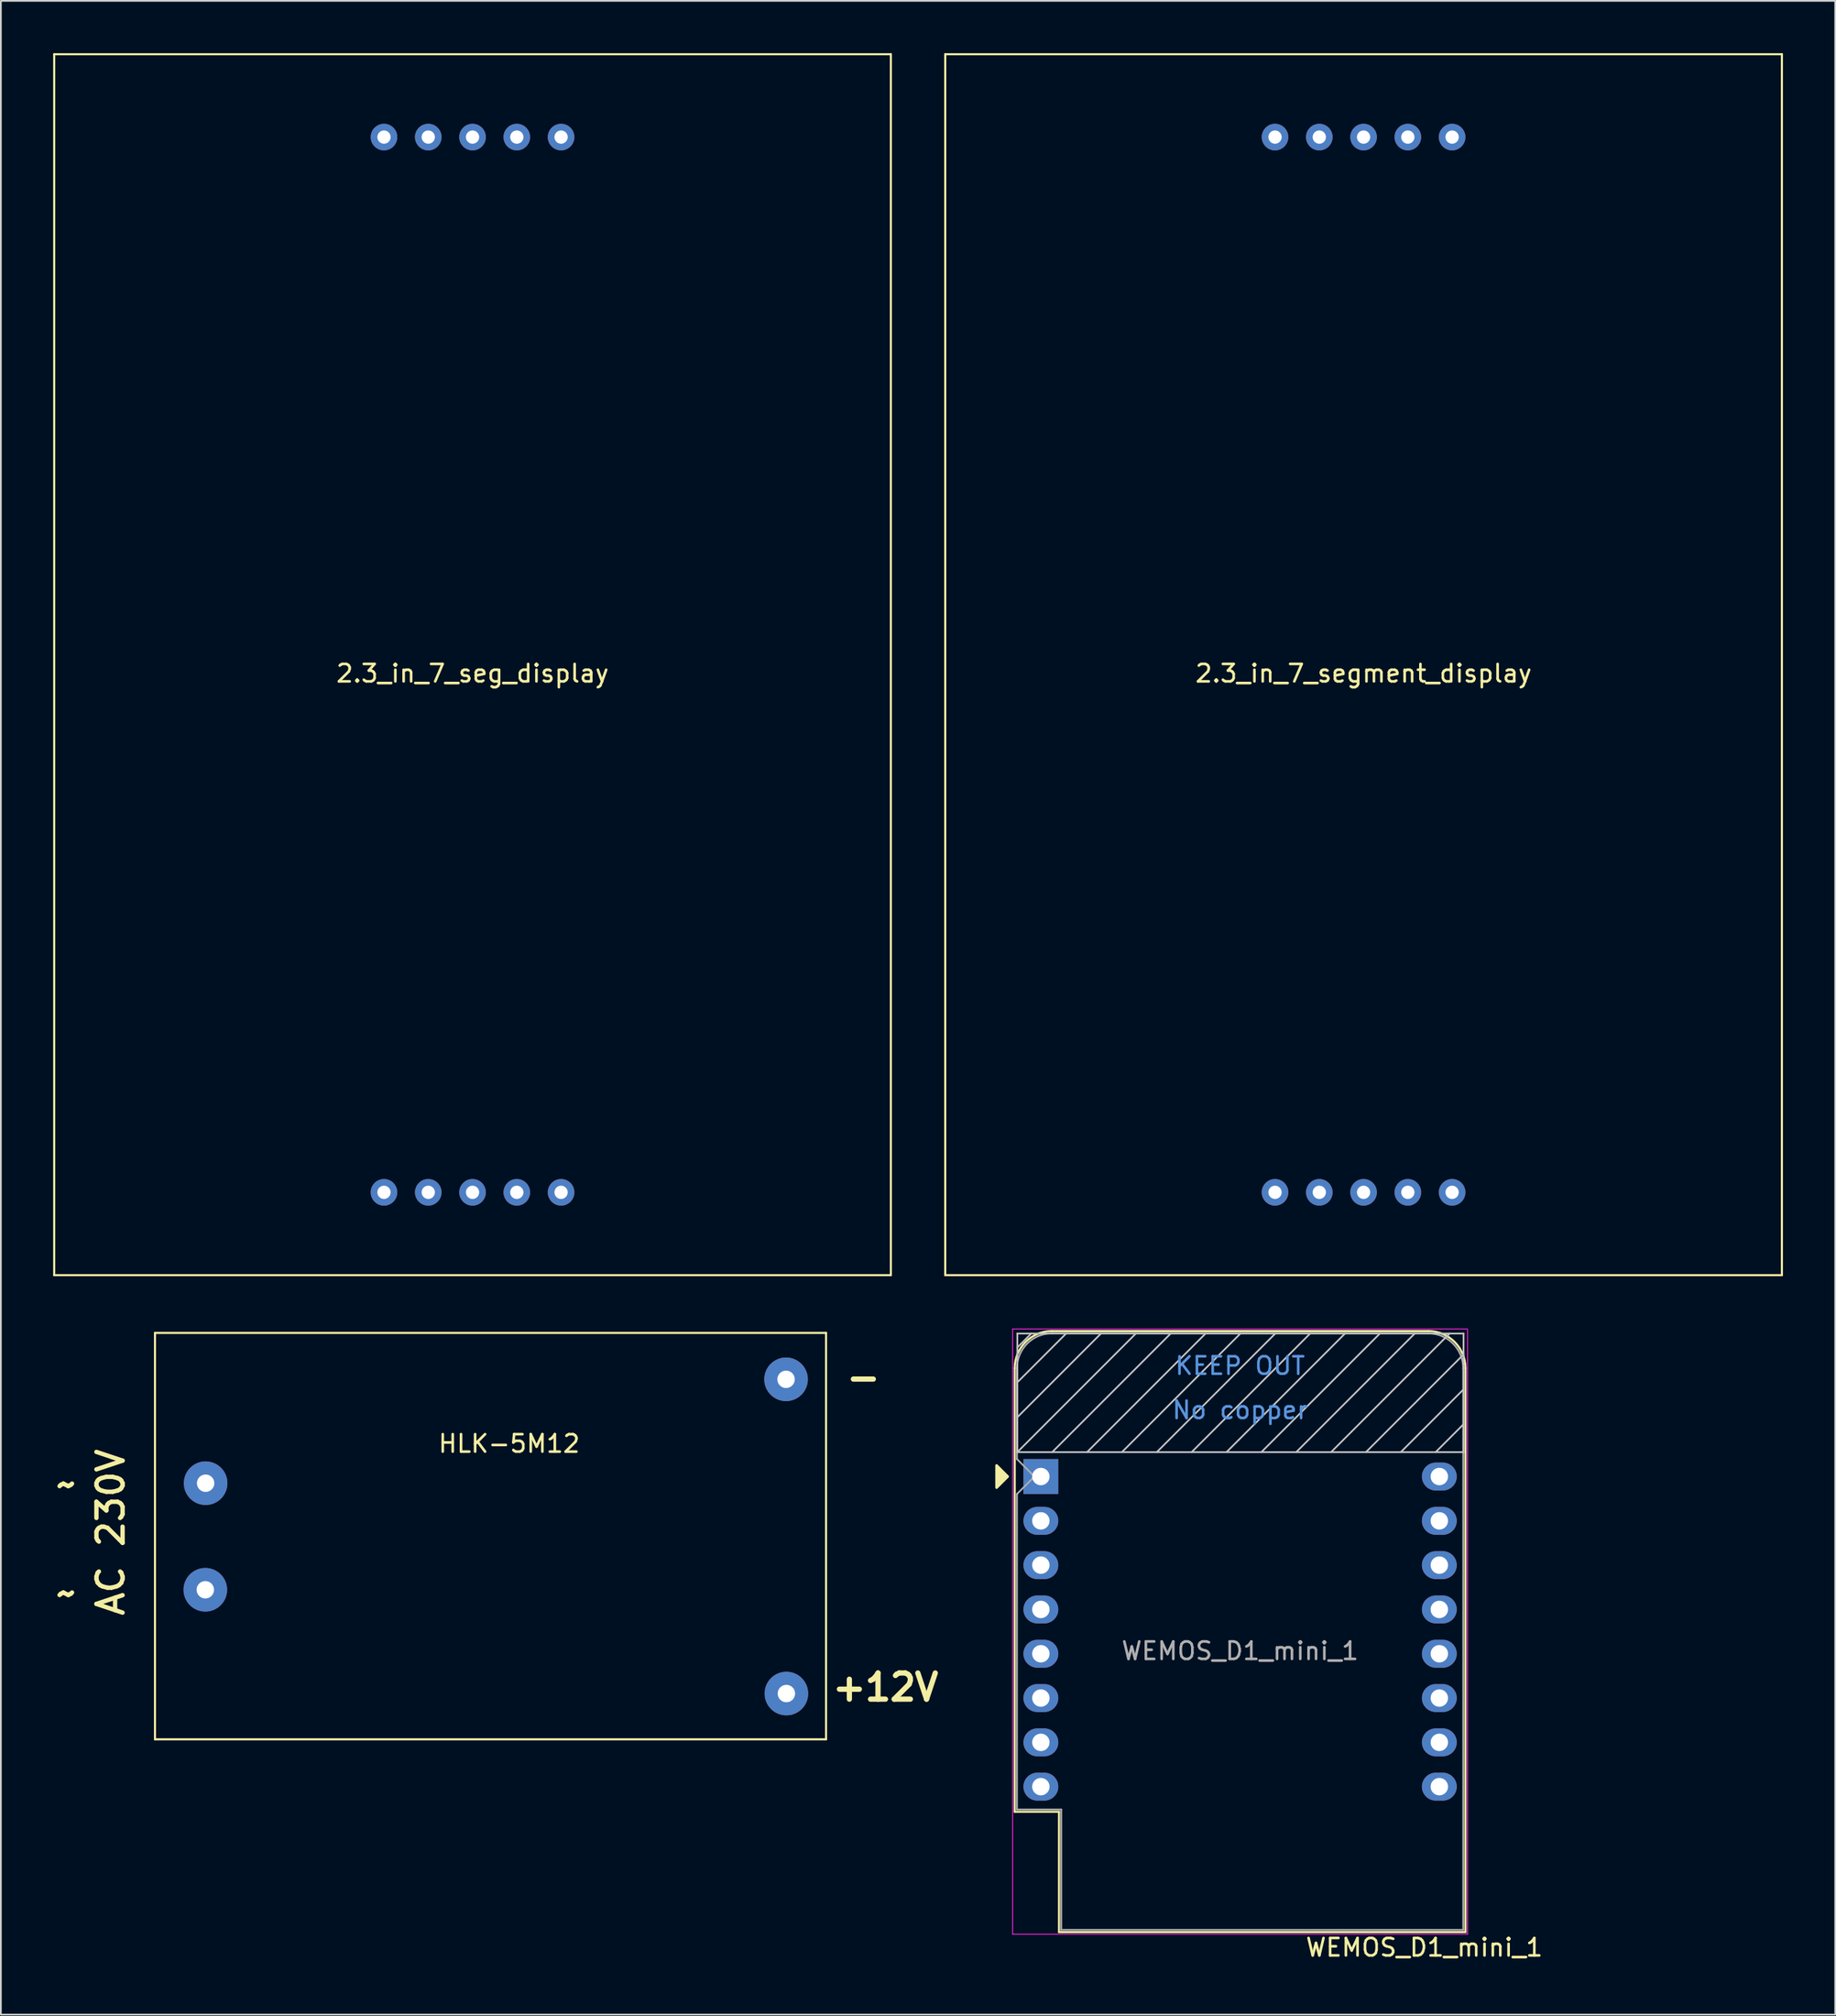
<source format=kicad_pcb>
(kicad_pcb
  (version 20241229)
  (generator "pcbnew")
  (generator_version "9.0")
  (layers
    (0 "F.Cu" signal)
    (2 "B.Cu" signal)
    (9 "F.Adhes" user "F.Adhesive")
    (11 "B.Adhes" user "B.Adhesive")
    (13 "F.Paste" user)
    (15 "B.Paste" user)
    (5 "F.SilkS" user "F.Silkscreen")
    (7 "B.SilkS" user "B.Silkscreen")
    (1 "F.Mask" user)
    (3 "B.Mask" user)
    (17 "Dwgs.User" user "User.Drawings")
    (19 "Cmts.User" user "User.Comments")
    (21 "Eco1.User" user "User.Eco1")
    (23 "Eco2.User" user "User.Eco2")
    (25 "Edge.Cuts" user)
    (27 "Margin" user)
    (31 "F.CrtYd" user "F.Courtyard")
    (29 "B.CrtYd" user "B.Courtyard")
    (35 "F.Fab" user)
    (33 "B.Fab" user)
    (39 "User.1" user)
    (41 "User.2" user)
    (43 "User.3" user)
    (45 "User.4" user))
  (footprint "WEMOS_D1_mini_1"
    (layer "F.Cu")
    (at 56.666 81.605)
    (property "Reference" "WEMOS_D1_mini_1" (at 22 27 0) (layer "F.SilkS") (effects (font (size 1 1) (thickness 0.15))))
    (attr through_hole)
    (fp_line (start -1.5 19.22) (end -1.5 -6.21) (stroke (width 0.12) (type solid)) (layer "F.SilkS"))
    (fp_line (start -1.5 19.22) (end 1.04 19.22) (stroke (width 0.12) (type solid)) (layer "F.SilkS"))
    (fp_line (start 1.04 19.22) (end 1.04 26.12) (stroke (width 0.12) (type solid)) (layer "F.SilkS"))
    (fp_line (start 1.04 26.12) (end 24.36 26.12) (stroke (width 0.12) (type solid)) (layer "F.SilkS"))
    (fp_line (start 22.24 -8.34) (end 0.63 -8.34) (stroke (width 0.12) (type solid)) (layer "F.SilkS"))
    (fp_line (start 24.36 26.12) (end 24.36 -6.21) (stroke (width 0.12) (type solid)) (layer "F.SilkS"))
    (fp_arc (start -1.5 -6.21) (mid -0.876137 -7.716137) (end 0.63 -8.34) (stroke (width 0.12) (type solid)) (layer "F.SilkS"))
    (fp_arc (start 22.23 -8.34) (mid 23.736137 -7.716137) (end 24.36 -6.21) (stroke (width 0.12) (type solid)) (layer "F.SilkS"))
    (fp_poly (pts (xy -2.54 -0.635) (xy -2.54 0.635) (xy -1.905 0)) (stroke (width 0.15) (type solid)) (fill yes) (layer "F.SilkS"))
    (fp_line (start -1.35 -8.2) (end -1.35 -1.4) (stroke (width 0.1) (type solid)) (layer "Dwgs.User"))
    (fp_line (start -1.35 -7.4) (end -0.55 -8.2) (stroke (width 0.1) (type solid)) (layer "Dwgs.User"))
    (fp_line (start -1.35 -3.4) (end 3.45 -8.2) (stroke (width 0.1) (type solid)) (layer "Dwgs.User"))
    (fp_line (start -1.35 -1.4) (end 5.45 -8.2) (stroke (width 0.1) (type solid)) (layer "Dwgs.User"))
    (fp_line (start -1.35 -1.4) (end 24.25 -1.4) (stroke (width 0.1) (type solid)) (layer "Dwgs.User"))
    (fp_line (start -1.3 -5.45) (end 1.45 -8.2) (stroke (width 0.1) (type solid)) (layer "Dwgs.User"))
    (fp_line (start 0.65 -1.4) (end 7.45 -8.2) (stroke (width 0.1) (type solid)) (layer "Dwgs.User"))
    (fp_line (start 2.65 -1.4) (end 9.45 -8.2) (stroke (width 0.1) (type solid)) (layer "Dwgs.User"))
    (fp_line (start 4.65 -1.4) (end 11.45 -8.2) (stroke (width 0.1) (type solid)) (layer "Dwgs.User"))
    (fp_line (start 6.65 -1.4) (end 13.45 -8.2) (stroke (width 0.1) (type solid)) (layer "Dwgs.User"))
    (fp_line (start 8.65 -1.4) (end 15.45 -8.2) (stroke (width 0.1) (type solid)) (layer "Dwgs.User"))
    (fp_line (start 10.65 -1.4) (end 17.45 -8.2) (stroke (width 0.1) (type solid)) (layer "Dwgs.User"))
    (fp_line (start 12.65 -1.4) (end 19.45 -8.2) (stroke (width 0.1) (type solid)) (layer "Dwgs.User"))
    (fp_line (start 14.65 -1.4) (end 21.45 -8.2) (stroke (width 0.1) (type solid)) (layer "Dwgs.User"))
    (fp_line (start 16.65 -1.4) (end 23.45 -8.2) (stroke (width 0.1) (type solid)) (layer "Dwgs.User"))
    (fp_line (start 18.65 -1.4) (end 24.25 -7) (stroke (width 0.1) (type solid)) (layer "Dwgs.User"))
    (fp_line (start 20.65 -1.4) (end 24.25 -5) (stroke (width 0.1) (type solid)) (layer "Dwgs.User"))
    (fp_line (start 22.65 -1.4) (end 24.25 -3) (stroke (width 0.1) (type solid)) (layer "Dwgs.User"))
    (fp_line (start 24.25 -8.2) (end -1.35 -8.2) (stroke (width 0.1) (type solid)) (layer "Dwgs.User"))
    (fp_line (start 24.25 -1.4) (end 24.25 -8.2) (stroke (width 0.1) (type solid)) (layer "Dwgs.User"))
    (fp_line (start -1.62 -8.46) (end 24.48 -8.46) (stroke (width 0.05) (type solid)) (layer "F.CrtYd"))
    (fp_line (start -1.62 26.24) (end -1.62 -8.46) (stroke (width 0.05) (type solid)) (layer "F.CrtYd"))
    (fp_line (start 24.48 -8.41) (end 24.48 26.24) (stroke (width 0.05) (type solid)) (layer "F.CrtYd"))
    (fp_line (start 24.48 26.24) (end -1.62 26.24) (stroke (width 0.05) (type solid)) (layer "F.CrtYd"))
    (fp_line (start -1.37 -6.21) (end -1.37 -1) (stroke (width 0.1) (type solid)) (layer "F.Fab"))
    (fp_line (start -1.37 1) (end -1.37 19.09) (stroke (width 0.1) (type solid)) (layer "F.Fab"))
    (fp_line (start -1.37 1) (end -0.37 0) (stroke (width 0.1) (type solid)) (layer "F.Fab"))
    (fp_line (start -1.37 19.09) (end 1.17 19.09) (stroke (width 0.1) (type solid)) (layer "F.Fab"))
    (fp_line (start -0.37 0) (end -1.37 -1) (stroke (width 0.1) (type solid)) (layer "F.Fab"))
    (fp_line (start 1.17 19.09) (end 1.17 25.99) (stroke (width 0.1) (type solid)) (layer "F.Fab"))
    (fp_line (start 1.17 25.99) (end 24.23 25.99) (stroke (width 0.1) (type solid)) (layer "F.Fab"))
    (fp_line (start 22.23 -8.21) (end 0.63 -8.21) (stroke (width 0.1) (type solid)) (layer "F.Fab"))
    (fp_line (start 24.23 25.99) (end 24.23 -6.21) (stroke (width 0.1) (type solid)) (layer "F.Fab"))
    (fp_arc (start -1.37 -6.21) (mid -0.784214 -7.624214) (end 0.63 -8.21) (stroke (width 0.1) (type solid)) (layer "F.Fab"))
    (fp_arc (start 22.25 -8.21) (mid 23.658356 -7.610071) (end 24.23 -6.19) (stroke (width 0.1) (type solid)) (layer "F.Fab"))
    (fp_text user "KEEP OUT" (at 11.43 -6.35 0) (layer "Cmts.User") (effects (font (size 1 1) (thickness 0.15))))
    (fp_text user "No copper" (at 11.43 -3.81 0) (layer "Cmts.User") (effects (font (size 1 1) (thickness 0.15))))
    (fp_text user "${REFERENCE}" (at 11.43 10 0) (layer "F.Fab") (effects (font (size 1 1) (thickness 0.15))))
    (pad "1" thru_hole rect (at 0 0) (size 2 2) (drill 1) (layers "*.Cu" "*.Mask"))
    (pad "2" thru_hole oval (at 0 2.54) (size 2 1.6) (drill 1) (layers "*.Cu" "*.Mask"))
    (pad "3" thru_hole oval (at 0 5.08) (size 2 1.6) (drill 1) (layers "*.Cu" "*.Mask"))
    (pad "4" thru_hole oval (at 0 7.62) (size 2 1.6) (drill 1) (layers "*.Cu" "*.Mask"))
    (pad "5" thru_hole oval (at 0 10.16) (size 2 1.6) (drill 1) (layers "*.Cu" "*.Mask"))
    (pad "6" thru_hole oval (at 0 12.7) (size 2 1.6) (drill 1) (layers "*.Cu" "*.Mask"))
    (pad "7" thru_hole oval (at 0 15.24) (size 2 1.6) (drill 1) (layers "*.Cu" "*.Mask"))
    (pad "8" thru_hole oval (at 0 17.78) (size 2 1.6) (drill 1) (layers "*.Cu" "*.Mask"))
    (pad "9" thru_hole oval (at 22.86 17.78) (size 2 1.6) (drill 1) (layers "*.Cu" "*.Mask"))
    (pad "10" thru_hole oval (at 22.86 15.24) (size 2 1.6) (drill 1) (layers "*.Cu" "*.Mask"))
    (pad "11" thru_hole oval (at 22.86 12.7) (size 2 1.6) (drill 1) (layers "*.Cu" "*.Mask"))
    (pad "12" thru_hole oval (at 22.86 10.16) (size 2 1.6) (drill 1) (layers "*.Cu" "*.Mask"))
    (pad "13" thru_hole oval (at 22.86 7.62) (size 2 1.6) (drill 1) (layers "*.Cu" "*.Mask"))
    (pad "14" thru_hole oval (at 22.86 5.08) (size 2 1.6) (drill 1) (layers "*.Cu" "*.Mask"))
    (pad "15" thru_hole oval (at 22.86 2.54) (size 2 1.6) (drill 1) (layers "*.Cu" "*.Mask"))
    (pad "16" thru_hole oval (at 22.86 0) (size 2 1.6) (drill 1) (layers "*.Cu" "*.Mask")))
  (footprint "2.3_in_7_seg_display"
    (layer "F.Cu")
    (at 24.06 35.06)
    (property "Reference" "2.3_in_7_seg_display" (at 0 0.5 0) (layer "F.SilkS") (effects (font (size 1 1) (thickness 0.15))))
    (attr through_hole)
    (fp_line (start -24 -35) (end -24 35) (stroke (width 0.12) (type solid)) (layer "F.SilkS"))
    (fp_line (start -24 35) (end 24 35) (stroke (width 0.12) (type solid)) (layer "F.SilkS"))
    (fp_line (start 24 -35) (end -24 -35) (stroke (width 0.12) (type solid)) (layer "F.SilkS"))
    (fp_line (start 24 35) (end 24 -35) (stroke (width 0.12) (type solid)) (layer "F.SilkS"))
    (pad "1" thru_hole circle (at -5.08 -30.25) (size 1.524 1.524) (drill 0.762) (layers "*.Cu" "*.Mask"))
    (pad "2" thru_hole circle (at -2.54 -30.25) (size 1.524 1.524) (drill 0.762) (layers "*.Cu" "*.Mask"))
    (pad "3" thru_hole circle (at 0 -30.25) (size 1.524 1.524) (drill 0.762) (layers "*.Cu" "*.Mask"))
    (pad "4" thru_hole circle (at 2.54 -30.25) (size 1.524 1.524) (drill 0.762) (layers "*.Cu" "*.Mask"))
    (pad "5" thru_hole circle (at 5.08 -30.25) (size 1.524 1.524) (drill 0.762) (layers "*.Cu" "*.Mask"))
    (pad "6" thru_hole circle (at 5.08 30.25) (size 1.524 1.524) (drill 0.762) (layers "*.Cu" "*.Mask"))
    (pad "7" thru_hole circle (at 2.54 30.25) (size 1.524 1.524) (drill 0.762) (layers "*.Cu" "*.Mask"))
    (pad "8" thru_hole circle (at 0 30.25) (size 1.524 1.524) (drill 0.762) (layers "*.Cu" "*.Mask"))
    (pad "9" thru_hole circle (at -2.54 30.25) (size 1.524 1.524) (drill 0.762) (layers "*.Cu" "*.Mask"))
    (pad "10" thru_hole circle (at -5.08 30.25) (size 1.524 1.524) (drill 0.762) (layers "*.Cu" "*.Mask")))
  (footprint "2.3_in_7_segment_display"
    (layer "F.Cu")
    (at 75.18 35.06)
    (property "Reference" "2.3_in_7_segment_display" (at 0 0.5 0) (layer "F.SilkS") (effects (font (size 1 1) (thickness 0.15))))
    (attr through_hole)
    (fp_line (start -24 -35) (end -24 35) (stroke (width 0.12) (type solid)) (layer "F.SilkS"))
    (fp_line (start -24 35) (end 24 35) (stroke (width 0.12) (type solid)) (layer "F.SilkS"))
    (fp_line (start 24 -35) (end -24 -35) (stroke (width 0.12) (type solid)) (layer "F.SilkS"))
    (fp_line (start 24 35) (end 24 -35) (stroke (width 0.12) (type solid)) (layer "F.SilkS"))
    (pad "1" thru_hole circle (at -5.08 -30.25) (size 1.524 1.524) (drill 0.762) (layers "*.Cu" "*.Mask"))
    (pad "2" thru_hole circle (at -2.54 -30.25) (size 1.524 1.524) (drill 0.762) (layers "*.Cu" "*.Mask"))
    (pad "3" thru_hole circle (at 0 -30.25) (size 1.524 1.524) (drill 0.762) (layers "*.Cu" "*.Mask"))
    (pad "4" thru_hole circle (at 2.54 -30.25) (size 1.524 1.524) (drill 0.762) (layers "*.Cu" "*.Mask"))
    (pad "5" thru_hole circle (at 5.08 -30.25) (size 1.524 1.524) (drill 0.762) (layers "*.Cu" "*.Mask"))
    (pad "6" thru_hole circle (at 5.08 30.25) (size 1.524 1.524) (drill 0.762) (layers "*.Cu" "*.Mask"))
    (pad "7" thru_hole circle (at 2.54 30.25) (size 1.524 1.524) (drill 0.762) (layers "*.Cu" "*.Mask"))
    (pad "8" thru_hole circle (at 0 30.25) (size 1.524 1.524) (drill 0.762) (layers "*.Cu" "*.Mask"))
    (pad "9" thru_hole circle (at -2.54 30.25) (size 1.524 1.524) (drill 0.762) (layers "*.Cu" "*.Mask"))
    (pad "10" thru_hole circle (at -5.08 30.25) (size 1.524 1.524) (drill 0.762) (layers "*.Cu" "*.Mask")))
  (footprint "HLK-5M12"
    (layer "F.Cu")
    (at 5.841 73.37)
    (property "Reference" "HLK-5M12" (at 20.32 6.35 0) (layer "F.SilkS") (effects (font (size 1 1) (thickness 0.15))))
    (attr through_hole)
    (fp_line (start 0 0) (end 38.5 0) (stroke (width 0.12) (type solid)) (layer "F.SilkS"))
    (fp_line (start 0 23.3) (end 0 0) (stroke (width 0.12) (type solid)) (layer "F.SilkS"))
    (fp_line (start 0 23.3) (end 38.5 23.3) (stroke (width 0.12) (type solid)) (layer "F.SilkS"))
    (fp_line (start 38.5 23.3) (end 38.5 0) (stroke (width 0.12) (type solid)) (layer "F.SilkS"))
    (fp_text user "+12V" (at 41.91 20.32 0) (layer "F.SilkS") (effects (font (size 1.5 1.5) (thickness 0.3))))
    (fp_text user "~" (at -5.08 8.674 0) (layer "F.SilkS") (effects (font (size 1.5 1.5) (thickness 0.25))))
    (fp_text user "AC 230V" (at -2.54 11.43 90) (layer "F.SilkS") (effects (font (size 1.5 1.5) (thickness 0.25))))
    (fp_text user "~" (at -5.08 14.917 0) (layer "F.SilkS") (effects (font (size 1.5 1.5) (thickness 0.25))))
    (fp_text user "-" (at 40.64 2.54 0) (layer "F.SilkS") (effects (font (size 1.5 1.5) (thickness 0.3))))
    (pad "1" thru_hole circle (at 2.906 8.617) (size 2.5 2.5) (drill 1) (layers "*.Cu" "*.Mask"))
    (pad "2" thru_hole circle (at 2.888 14.727) (size 2.5 2.5) (drill 1) (layers "*.Cu" "*.Mask"))
    (pad "3" thru_hole circle (at 36.206 2.661) (size 2.5 2.5) (drill 1) (layers "*.Cu" "*.Mask"))
    (pad "4" thru_hole circle (at 36.225 20.677) (size 2.5 2.5) (drill 1) (layers "*.Cu" "*.Mask")))
  (gr_rect
    (start -3 -3)
    (end 102.24 112.453)
    (stroke (width 0.1) (type default))
    (fill no)
    (layer "Edge.Cuts")))
</source>
